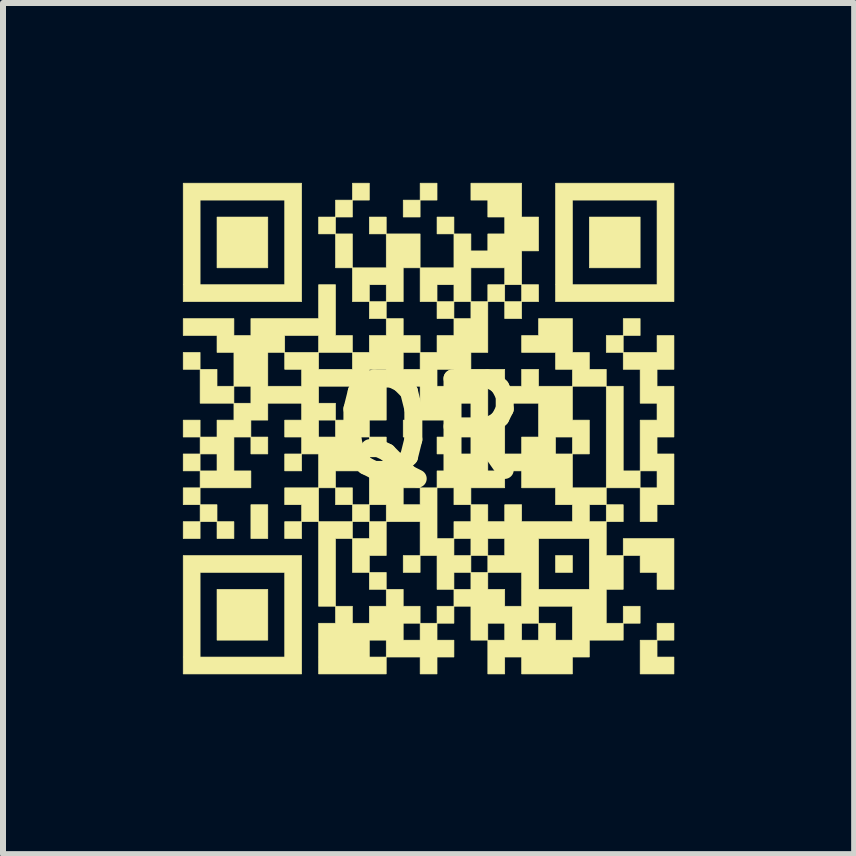
<source format=kicad_pcb>
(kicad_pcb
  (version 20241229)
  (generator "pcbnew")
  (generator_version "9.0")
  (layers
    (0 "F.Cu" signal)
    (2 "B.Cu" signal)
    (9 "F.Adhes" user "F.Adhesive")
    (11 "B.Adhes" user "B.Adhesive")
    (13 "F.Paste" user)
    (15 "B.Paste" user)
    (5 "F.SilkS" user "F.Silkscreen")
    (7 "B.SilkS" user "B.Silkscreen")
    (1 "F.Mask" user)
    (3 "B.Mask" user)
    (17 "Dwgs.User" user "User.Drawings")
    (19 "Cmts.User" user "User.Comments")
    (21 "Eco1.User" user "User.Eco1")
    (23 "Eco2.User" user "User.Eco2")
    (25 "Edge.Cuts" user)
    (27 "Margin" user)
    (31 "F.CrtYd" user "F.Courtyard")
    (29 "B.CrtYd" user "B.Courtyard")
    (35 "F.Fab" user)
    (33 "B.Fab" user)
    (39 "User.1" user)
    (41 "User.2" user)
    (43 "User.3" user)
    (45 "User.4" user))
  (footprint "QR"
    (layer "F.Cu")
    (at 4.097 4.097)
    (property "Reference" "QR" (at 0 0 0) (layer "F.SilkS") (effects (font (size 1.524 1.524) (thickness 0.3))))
    (attr through_hole)
    (fp_poly (pts (xy -3.81 -0.988) (xy -4.092 -0.988) (xy -4.092 -1.27) (xy -3.81 -1.27) (xy -3.81 -0.988)) (stroke (width 0.01) (type solid)) (fill yes) (layer "F.SilkS"))
    (fp_poly (pts (xy -3.81 0.141) (xy -4.092 0.141) (xy -4.092 -0.141) (xy -3.81 -0.141) (xy -3.81 0.141)) (stroke (width 0.01) (type solid)) (fill yes) (layer "F.SilkS"))
    (fp_poly (pts (xy -3.81 1.27) (xy -4.092 1.27) (xy -4.092 0.988) (xy -3.81 0.988) (xy -3.81 1.27)) (stroke (width 0.01) (type solid)) (fill yes) (layer "F.SilkS"))
    (fp_poly (pts (xy -3.81 1.834) (xy -4.092 1.834) (xy -4.092 1.552) (xy -3.81 1.552) (xy -3.81 1.834)) (stroke (width 0.01) (type solid)) (fill yes) (layer "F.SilkS"))
    (fp_poly (pts (xy -3.528 1.552) (xy -3.81 1.552) (xy -3.81 1.27) (xy -3.528 1.27) (xy -3.528 1.552)) (stroke (width 0.01) (type solid)) (fill yes) (layer "F.SilkS"))
    (fp_poly (pts (xy -3.246 1.834) (xy -3.528 1.834) (xy -3.528 1.552) (xy -3.246 1.552) (xy -3.246 1.834)) (stroke (width 0.01) (type solid)) (fill yes) (layer "F.SilkS"))
    (fp_poly (pts (xy -2.681 -2.681) (xy -3.528 -2.681) (xy -3.528 -3.528) (xy -2.681 -3.528) (xy -2.681 -2.681)) (stroke (width 0.01) (type solid)) (fill yes) (layer "F.SilkS"))
    (fp_poly (pts (xy -2.681 0.423) (xy -2.963 0.423) (xy -2.963 0.141) (xy -2.681 0.141) (xy -2.681 0.423)) (stroke (width 0.01) (type solid)) (fill yes) (layer "F.SilkS"))
    (fp_poly (pts (xy -2.681 1.834) (xy -2.963 1.834) (xy -2.963 1.27) (xy -2.681 1.27) (xy -2.681 1.834)) (stroke (width 0.01) (type solid)) (fill yes) (layer "F.SilkS"))
    (fp_poly (pts (xy -2.681 3.528) (xy -3.528 3.528) (xy -3.528 2.681) (xy -2.681 2.681) (xy -2.681 3.528)) (stroke (width 0.01) (type solid)) (fill yes) (layer "F.SilkS"))
    (fp_poly (pts (xy -2.117 0.706) (xy -2.399 0.706) (xy -2.399 0.423) (xy -2.117 0.423) (xy -2.117 0.706)) (stroke (width 0.01) (type solid)) (fill yes) (layer "F.SilkS"))
    (fp_poly (pts (xy -2.117 1.834) (xy -2.399 1.834) (xy -2.399 1.552) (xy -2.117 1.552) (xy -2.117 1.834)) (stroke (width 0.01) (type solid)) (fill yes) (layer "F.SilkS"))
    (fp_poly (pts (xy -1.552 -3.246) (xy -1.834 -3.246) (xy -1.834 -3.528) (xy -1.552 -3.528) (xy -1.552 -3.246)) (stroke (width 0.01) (type solid)) (fill yes) (layer "F.SilkS"))
    (fp_poly (pts (xy -1.27 -3.528) (xy -1.552 -3.528) (xy -1.552 -3.81) (xy -1.27 -3.81) (xy -1.27 -3.528)) (stroke (width 0.01) (type solid)) (fill yes) (layer "F.SilkS"))
    (fp_poly (pts (xy -1.27 -2.681) (xy -1.552 -2.681) (xy -1.552 -3.246) (xy -1.27 -3.246) (xy -1.27 -2.681)) (stroke (width 0.01) (type solid)) (fill yes) (layer "F.SilkS"))
    (fp_poly (pts (xy -1.27 1.27) (xy -1.552 1.27) (xy -1.552 0.988) (xy -1.27 0.988) (xy -1.27 1.27)) (stroke (width 0.01) (type solid)) (fill yes) (layer "F.SilkS"))
    (fp_poly (pts (xy -0.988 -3.81) (xy -1.27 -3.81) (xy -1.27 -4.092) (xy -0.988 -4.092) (xy -0.988 -3.81)) (stroke (width 0.01) (type solid)) (fill yes) (layer "F.SilkS"))
    (fp_poly (pts (xy -0.706 -3.246) (xy -0.988 -3.246) (xy -0.988 -3.528) (xy -0.706 -3.528) (xy -0.706 -3.246)) (stroke (width 0.01) (type solid)) (fill yes) (layer "F.SilkS"))
    (fp_poly (pts (xy -0.706 0.423) (xy -0.988 0.423) (xy -0.988 0.141) (xy -0.706 0.141) (xy -0.706 0.423)) (stroke (width 0.01) (type solid)) (fill yes) (layer "F.SilkS"))
    (fp_poly (pts (xy -0.706 2.681) (xy -0.988 2.681) (xy -0.988 2.399) (xy -0.706 2.399) (xy -0.706 2.681)) (stroke (width 0.01) (type solid)) (fill yes) (layer "F.SilkS"))
    (fp_poly (pts (xy -0.141 -3.528) (xy -0.423 -3.528) (xy -0.423 -3.81) (xy -0.141 -3.81) (xy -0.141 -3.528)) (stroke (width 0.01) (type solid)) (fill yes) (layer "F.SilkS"))
    (fp_poly (pts (xy -0.141 0.141) (xy -0.423 0.141) (xy -0.423 -0.141) (xy -0.141 -0.141) (xy -0.141 0.141)) (stroke (width 0.01) (type solid)) (fill yes) (layer "F.SilkS"))
    (fp_poly (pts (xy -0.141 2.399) (xy -0.423 2.399) (xy -0.423 2.117) (xy -0.141 2.117) (xy -0.141 2.399)) (stroke (width 0.01) (type solid)) (fill yes) (layer "F.SilkS"))
    (fp_poly (pts (xy 0.141 -3.81) (xy -0.141 -3.81) (xy -0.141 -4.092) (xy 0.141 -4.092) (xy 0.141 -3.81)) (stroke (width 0.01) (type solid)) (fill yes) (layer "F.SilkS"))
    (fp_poly (pts (xy 0.423 -3.246) (xy 0.141 -3.246) (xy 0.141 -3.528) (xy 0.423 -3.528) (xy 0.423 -3.246)) (stroke (width 0.01) (type solid)) (fill yes) (layer "F.SilkS"))
    (fp_poly (pts (xy 0.423 -1.834) (xy 0.141 -1.834) (xy 0.141 -2.117) (xy 0.423 -2.117) (xy 0.423 -1.834)) (stroke (width 0.01) (type solid)) (fill yes) (layer "F.SilkS"))
    (fp_poly (pts (xy 0.423 0.423) (xy 0.141 0.423) (xy 0.141 0.141) (xy 0.423 0.141) (xy 0.423 0.423)) (stroke (width 0.01) (type solid)) (fill yes) (layer "F.SilkS"))
    (fp_poly (pts (xy 2.399 2.399) (xy 2.117 2.399) (xy 2.117 2.117) (xy 2.399 2.117) (xy 2.399 2.399)) (stroke (width 0.01) (type solid)) (fill yes) (layer "F.SilkS"))
    (fp_poly (pts (xy 3.246 -1.27) (xy 2.963 -1.27) (xy 2.963 -1.552) (xy 3.246 -1.552) (xy 3.246 -1.27)) (stroke (width 0.01) (type solid)) (fill yes) (layer "F.SilkS"))
    (fp_poly (pts (xy 3.246 1.552) (xy 2.963 1.552) (xy 2.963 1.27) (xy 3.246 1.27) (xy 3.246 1.552)) (stroke (width 0.01) (type solid)) (fill yes) (layer "F.SilkS"))
    (fp_poly (pts (xy 3.528 -2.681) (xy 2.681 -2.681) (xy 2.681 -3.528) (xy 3.528 -3.528) (xy 3.528 -2.681)) (stroke (width 0.01) (type solid)) (fill yes) (layer "F.SilkS"))
    (fp_poly (pts (xy 3.528 -1.552) (xy 3.246 -1.552) (xy 3.246 -1.834) (xy 3.528 -1.834) (xy 3.528 -1.552)) (stroke (width 0.01) (type solid)) (fill yes) (layer "F.SilkS"))
    (fp_poly (pts (xy 3.528 3.246) (xy 3.246 3.246) (xy 3.246 2.963) (xy 3.528 2.963) (xy 3.528 3.246)) (stroke (width 0.01) (type solid)) (fill yes) (layer "F.SilkS"))
    (fp_poly (pts (xy 4.092 3.528) (xy 3.81 3.528) (xy 3.81 3.246) (xy 4.092 3.246) (xy 4.092 3.528)) (stroke (width 0.01) (type solid)) (fill yes) (layer "F.SilkS"))
    (fp_poly (pts (xy 3.81 3.81) (xy 4.092 3.81) (xy 4.092 4.092) (xy 3.528 4.092) (xy 3.528 3.528) (xy 3.81 3.528) (xy 3.81 3.81)) (stroke (width 0.01) (type solid)) (fill yes) (layer "F.SilkS"))
    (fp_poly (pts (xy 4.092 2.681) (xy 3.81 2.681) (xy 3.81 2.399) (xy 3.528 2.399) (xy 3.528 2.117) (xy 3.246 2.117) (xy 3.246 1.834) (xy 4.092 1.834) (xy 4.092 2.681)) (stroke (width 0.01) (type solid)) (fill yes) (layer "F.SilkS"))
    (fp_poly (pts (xy -2.117 -2.117) (xy -4.092 -2.117) (xy -4.092 -3.81) (xy -3.81 -3.81) (xy -3.81 -2.399) (xy -2.399 -2.399) (xy -2.399 -3.81) (xy -3.81 -3.81) (xy -4.092 -3.81) (xy -4.092 -4.092) (xy -2.117 -4.092) (xy -2.117 -2.117)) (stroke (width 0.01) (type solid)) (fill yes) (layer "F.SilkS"))
    (fp_poly (pts (xy -2.117 4.092) (xy -4.092 4.092) (xy -4.092 2.399) (xy -3.81 2.399) (xy -3.81 3.81) (xy -2.399 3.81) (xy -2.399 2.399) (xy -3.81 2.399) (xy -4.092 2.399) (xy -4.092 2.117) (xy -2.117 2.117) (xy -2.117 4.092)) (stroke (width 0.01) (type solid)) (fill yes) (layer "F.SilkS"))
    (fp_poly (pts (xy 4.092 -2.117) (xy 2.117 -2.117) (xy 2.117 -3.81) (xy 2.399 -3.81) (xy 2.399 -2.399) (xy 3.81 -2.399) (xy 3.81 -3.81) (xy 2.399 -3.81) (xy 2.117 -3.81) (xy 2.117 -4.092) (xy 4.092 -4.092) (xy 4.092 -2.117)) (stroke (width 0.01) (type solid)) (fill yes) (layer "F.SilkS"))
    (fp_poly (pts (xy 2.399 -1.27) (xy 2.681 -1.27) (xy 2.681 -0.988) (xy 2.963 -0.988) (xy 2.963 -0.706) (xy 2.399 -0.706) (xy 2.399 -0.988) (xy 2.117 -0.988) (xy 2.117 -1.27) (xy 1.552 -1.27) (xy 1.552 -1.552) (xy 1.834 -1.552) (xy 1.834 -1.834) (xy 2.399 -1.834) (xy 2.399 -1.27)) (stroke (width 0.01) (type solid)) (fill yes) (layer "F.SilkS"))
    (fp_poly (pts (xy 4.092 -0.988) (xy 3.81 -0.988) (xy 3.81 -0.706) (xy 4.092 -0.706) (xy 4.092 0.141) (xy 3.81 0.141) (xy 3.81 0.423) (xy 4.092 0.423) (xy 4.092 1.27) (xy 3.81 1.27) (xy 3.81 1.552) (xy 3.528 1.552) (xy 3.528 0.988) (xy 2.963 0.988) (xy 2.963 -0.706) (xy 3.246 -0.706) (xy 3.246 0.706) (xy 3.528 0.706) (xy 3.528 0.988) (xy 3.81 0.988) (xy 3.81 0.706) (xy 3.528 0.706) (xy 3.528 -0.141) (xy 3.81 -0.141) (xy 3.81 -0.423) (xy 3.528 -0.423) (xy 3.528 -0.988) (xy 3.246 -0.988) (xy 3.246 -1.27) (xy 3.81 -1.27) (xy 3.81 -1.552) (xy 4.092 -1.552) (xy 4.092 -0.988)) (stroke (width 0.01) (type solid)) (fill yes) (layer "F.SilkS"))
    (fp_poly (pts (xy -0.141 1.552) (xy -0.706 1.552) (xy -0.706 2.117) (xy -0.988 2.117) (xy -0.988 2.399) (xy -1.27 2.399) (xy -1.27 1.834) (xy -0.988 1.834) (xy -0.988 1.552) (xy -1.27 1.552) (xy -1.27 1.27) (xy -0.988 1.27) (xy -0.988 1.552) (xy -0.706 1.552) (xy -0.706 1.27) (xy -0.988 1.27) (xy -0.988 0.988) (xy -0.423 0.988) (xy -0.423 1.27) (xy -0.141 1.27) (xy -0.141 0.988) (xy -0.423 0.988) (xy -0.988 0.988) (xy -0.988 0.706) (xy -0.706 0.706) (xy -0.706 0.423) (xy -0.423 0.423) (xy -0.423 0.706) (xy -0.141 0.706) (xy -0.141 0.988) (xy 0.141 0.988) (xy 0.141 1.834) (xy 0.423 1.834) (xy 0.423 2.117) (xy 0.706 2.117) (xy 0.706 2.399) (xy 0.423 2.399) (xy 0.423 2.681) (xy 0.141 2.681) (xy 0.141 2.117) (xy -0.141 2.117) (xy -0.141 1.552)) (stroke (width 0.01) (type solid)) (fill yes) (layer "F.SilkS"))
    (fp_poly (pts (xy -2.117 1.27) (xy -2.399 1.27) (xy -2.399 0.988) (xy -1.834 0.988) (xy -1.834 1.552) (xy -1.27 1.552) (xy -1.27 1.834) (xy -1.552 1.834) (xy -1.552 2.963) (xy -1.27 2.963) (xy -1.27 3.246) (xy -0.988 3.246) (xy -0.423 3.246) (xy -0.423 3.528) (xy -0.141 3.528) (xy -0.141 3.246) (xy -0.423 3.246) (xy -0.988 3.246) (xy -0.988 2.963) (xy -0.706 2.963) (xy -0.706 2.681) (xy -0.423 2.681) (xy -0.423 2.963) (xy -0.141 2.963) (xy -0.141 3.246) (xy 0.141 3.246) (xy 0.141 2.963) (xy 0.423 2.963) (xy 0.423 2.681) (xy 0.706 2.681) (xy 0.706 2.399) (xy 0.988 2.399) (xy 0.988 2.681) (xy 1.27 2.681) (xy 1.27 2.963) (xy 1.552 2.963) (xy 1.834 2.963) (xy 1.834 3.246) (xy 2.117 3.246) (xy 2.117 3.528) (xy 2.399 3.528) (xy 2.399 2.963) (xy 1.834 2.963) (xy 1.552 2.963) (xy 1.552 2.399) (xy 0.988 2.399) (xy 0.988 2.117) (xy 0.706 2.117) (xy 0.706 1.834) (xy 0.988 1.834) (xy 0.988 2.117) (xy 1.27 2.117) (xy 1.27 1.834) (xy 1.834 1.834) (xy 1.834 2.681) (xy 2.681 2.681) (xy 2.681 1.834) (xy 1.834 1.834) (xy 1.27 1.834) (xy 0.988 1.834) (xy 0.706 1.834) (xy 0.423 1.834) (xy 0.423 1.552) (xy 0.706 1.552) (xy 0.706 1.27) (xy 0.423 1.27) (xy 0.423 0.988) (xy 0.706 0.988) (xy 0.706 1.27) (xy 0.988 1.27) (xy 0.988 1.552) (xy 1.27 1.552) (xy 1.27 1.27) (xy 1.552 1.27) (xy 1.552 1.552) (xy 2.399 1.552) (xy 2.399 1.27) (xy 2.117 1.27) (xy 2.117 0.988) (xy 1.552 0.988) (xy 1.552 0.706) (xy 1.27 0.706) (xy 1.27 0.988) (xy 0.706 0.988) (xy 0.423 0.988) (xy 0.141 0.988) (xy 0.141 0.706) (xy 0.423 0.706) (xy 0.423 0.423) (xy 0.706 0.423) (xy 0.988 0.423) (xy 0.988 0.706) (xy 1.27 0.706) (xy 1.27 0.423) (xy 0.988 0.423) (xy 0.706 0.423) (xy 0.706 0.141) (xy 0.423 0.141) (xy 0.423 -0.141) (xy -0.141 -0.141) (xy -0.141 -0.423) (xy 0.423 -0.423) (xy 0.423 -0.141) (xy 0.706 -0.141) (xy 0.706 -0.423) (xy 0.423 -0.423) (xy -0.141 -0.423) (xy -0.141 -0.706) (xy -0.706 -0.706) (xy -0.706 -0.141) (xy -0.988 -0.141) (xy -0.988 0.141) (xy -1.27 0.141) (xy -1.27 0.423) (xy -0.988 0.423) (xy -0.988 0.706) (xy -1.552 0.706) (xy -1.552 0.988) (xy -1.834 0.988) (xy -1.834 0.423) (xy -2.117 0.423) (xy -2.117 0.141) (xy -2.399 0.141) (xy -2.399 -0.141) (xy -2.117 -0.141) (xy -1.834 -0.141) (xy -1.834 0.141) (xy -1.552 0.141) (xy -1.552 -0.141) (xy -1.834 -0.141) (xy -2.117 -0.141) (xy -2.117 -0.423) (xy -2.681 -0.423) (xy -2.681 -0.141) (xy -2.963 -0.141) (xy -2.963 0.141) (xy -3.246 0.141) (xy -3.246 0.706) (xy -2.963 0.706) (xy -2.963 0.988) (xy -3.81 0.988) (xy -3.81 0.706) (xy -4.092 0.706) (xy -4.092 0.423) (xy -3.81 0.423) (xy -3.81 0.706) (xy -3.528 0.706) (xy -3.528 0.423) (xy -3.81 0.423) (xy -3.81 0.141) (xy -3.528 0.141) (xy -3.528 -0.141) (xy -3.246 -0.141) (xy -3.246 -0.423) (xy -3.81 -0.423) (xy -3.81 -0.988) (xy -3.528 -0.988) (xy -3.528 -0.706) (xy -3.246 -0.706) (xy -3.246 -0.423) (xy -2.963 -0.423) (xy -2.963 -0.706) (xy -3.246 -0.706) (xy -3.246 -1.27) (xy -2.681 -1.27) (xy -2.681 -0.706) (xy -2.117 -0.706) (xy -1.834 -0.706) (xy -1.834 -0.423) (xy -1.552 -0.423) (xy -1.552 -0.141) (xy -1.27 -0.141) (xy -1.27 -0.706) (xy -1.834 -0.706) (xy -2.117 -0.706) (xy -2.117 -0.988) (xy -2.399 -0.988) (xy -2.399 -1.27) (xy -2.681 -1.27) (xy -3.246 -1.27) (xy -3.528 -1.27) (xy -3.528 -1.552) (xy -4.092 -1.552) (xy -4.092 -1.834) (xy -3.246 -1.834) (xy -3.246 -1.552) (xy -2.963 -1.552) (xy -2.399 -1.552) (xy -2.399 -1.27) (xy -1.834 -1.27) (xy -1.834 -0.988) (xy -1.27 -0.988) (xy -0.988 -0.988) (xy -0.988 -0.706) (xy -0.706 -0.706) (xy -0.706 -0.988) (xy -0.988 -0.988) (xy -1.27 -0.988) (xy -1.27 -1.27) (xy -1.834 -1.27) (xy -1.834 -1.552) (xy -2.399 -1.552) (xy -2.963 -1.552) (xy -2.963 -1.834) (xy -1.834 -1.834) (xy -1.834 -2.399) (xy -1.552 -2.399) (xy -1.552 -1.552) (xy -1.27 -1.552) (xy -1.27 -1.27) (xy -0.988 -1.27) (xy -0.423 -1.27) (xy -0.423 -0.988) (xy -0.141 -0.988) (xy 0.141 -0.988) (xy 0.141 -0.706) (xy 0.423 -0.706) (xy 0.988 -0.706) (xy 0.988 -0.141) (xy 1.27 -0.141) (xy 1.27 0.423) (xy 1.552 0.423) (xy 1.552 0.141) (xy 1.834 0.141) (xy 2.117 0.141) (xy 2.117 0.423) (xy 2.399 0.423) (xy 2.399 0.141) (xy 2.117 0.141) (xy 1.834 0.141) (xy 1.834 -0.423) (xy 1.27 -0.423) (xy 1.27 -0.706) (xy 0.988 -0.706) (xy 0.423 -0.706) (xy 0.423 -0.988) (xy 0.141 -0.988) (xy -0.141 -0.988) (xy -0.141 -1.27) (xy -0.423 -1.27) (xy -0.988 -1.27) (xy -0.988 -1.552) (xy -0.706 -1.552) (xy -0.706 -1.834) (xy -0.988 -1.834) (xy -0.988 -2.117) (xy -1.27 -2.117) (xy -1.27 -2.399) (xy -0.988 -2.399) (xy -0.988 -2.117) (xy -0.706 -2.117) (xy -0.706 -1.834) (xy -0.423 -1.834) (xy -0.423 -1.552) (xy -0.141 -1.552) (xy -0.141 -1.27) (xy 0.141 -1.27) (xy 0.141 -1.552) (xy 0.423 -1.552) (xy 0.423 -1.834) (xy 0.706 -1.834) (xy 0.706 -2.117) (xy 0.423 -2.117) (xy 0.423 -2.399) (xy 0.141 -2.399) (xy 0.141 -2.117) (xy -0.141 -2.117) (xy -0.141 -2.681) (xy -0.423 -2.681) (xy -0.423 -2.117) (xy -0.706 -2.117) (xy -0.706 -2.399) (xy -0.988 -2.399) (xy -1.27 -2.399) (xy -1.27 -2.681) (xy -0.706 -2.681) (xy -0.706 -3.246) (xy -0.141 -3.246) (xy -0.141 -2.681) (xy 0.423 -2.681) (xy 0.706 -2.681) (xy 0.706 -2.117) (xy 0.988 -2.117) (xy 0.988 -2.399) (xy 1.27 -2.399) (xy 1.27 -2.117) (xy 1.552 -2.117) (xy 1.552 -2.399) (xy 1.27 -2.399) (xy 1.27 -2.681) (xy 0.706 -2.681) (xy 0.423 -2.681) (xy 0.423 -3.246) (xy 0.706 -3.246) (xy 0.706 -2.963) (xy 0.988 -2.963) (xy 0.988 -3.246) (xy 1.27 -3.246) (xy 1.27 -3.528) (xy 0.988 -3.528) (xy 0.988 -3.81) (xy 0.706 -3.81) (xy 0.706 -4.092) (xy 1.552 -4.092) (xy 1.552 -3.528) (xy 1.834 -3.528) (xy 1.834 -2.963) (xy 1.552 -2.963) (xy 1.552 -2.399) (xy 1.834 -2.399) (xy 1.834 -2.117) (xy 1.552 -2.117) (xy 1.552 -1.834) (xy 1.27 -1.834) (xy 1.27 -2.117) (xy 0.988 -2.117) (xy 0.988 -1.27) (xy 0.706 -1.27) (xy 0.706 -0.988) (xy 1.27 -0.988) (xy 1.27 -0.706) (xy 1.552 -0.706) (xy 1.552 -0.988) (xy 1.834 -0.988) (xy 1.834 -0.706) (xy 2.399 -0.706) (xy 2.399 -0.141) (xy 2.681 -0.141) (xy 2.681 0.423) (xy 2.399 0.423) (xy 2.399 0.988) (xy 2.963 0.988) (xy 2.963 1.27) (xy 2.681 1.27) (xy 2.681 1.552) (xy 2.963 1.552) (xy 2.963 2.117) (xy 3.246 2.117) (xy 3.246 2.681) (xy 2.963 2.681) (xy 2.963 3.246) (xy 3.246 3.246) (xy 3.246 3.528) (xy 2.681 3.528) (xy 2.681 3.81) (xy 2.399 3.81) (xy 2.399 4.092) (xy 1.552 4.092) (xy 1.552 3.81) (xy 1.27 3.81) (xy 1.27 4.092) (xy 0.988 4.092) (xy 0.988 3.528) (xy 0.706 3.528) (xy 0.706 3.246) (xy 0.988 3.246) (xy 0.988 3.528) (xy 1.27 3.528) (xy 1.27 3.246) (xy 1.552 3.246) (xy 1.552 3.528) (xy 1.834 3.528) (xy 1.834 3.246) (xy 1.552 3.246) (xy 1.27 3.246) (xy 0.988 3.246) (xy 0.706 3.246) (xy 0.706 2.963) (xy 0.423 2.963) (xy 0.423 3.246) (xy 0.141 3.246) (xy 0.141 3.528) (xy 0.423 3.528) (xy 0.423 3.81) (xy 0.141 3.81) (xy 0.141 4.092) (xy -0.141 4.092) (xy -0.141 3.81) (xy -0.706 3.81) (xy -0.706 4.092) (xy -1.834 4.092) (xy -1.834 3.528) (xy -0.988 3.528) (xy -0.988 3.81) (xy -0.706 3.81) (xy -0.706 3.528) (xy -0.988 3.528) (xy -1.834 3.528) (xy -1.834 3.246) (xy -1.552 3.246) (xy -1.552 2.963) (xy -1.834 2.963) (xy -1.834 1.552) (xy -2.117 1.552) (xy -2.117 1.27)) (stroke (width 0.01) (type solid)) (fill yes) (layer "F.SilkS")))
  (gr_rect
    (start -3 -3)
    (end 11.194 11.194)
    (stroke (width 0.1) (type default))
    (fill no)
    (layer "Edge.Cuts")))
</source>
